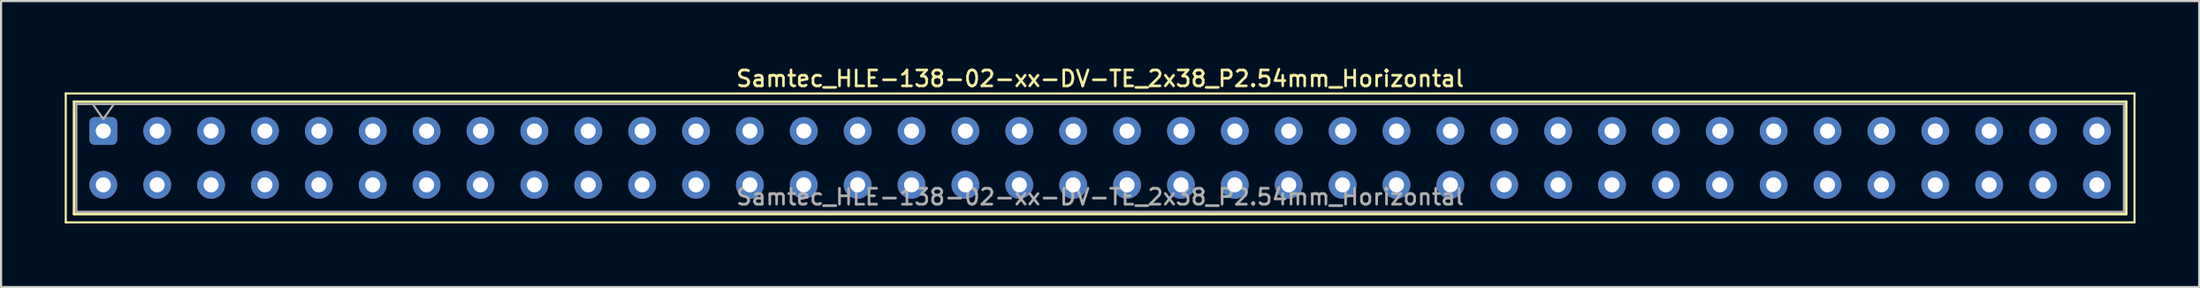
<source format=kicad_pcb>
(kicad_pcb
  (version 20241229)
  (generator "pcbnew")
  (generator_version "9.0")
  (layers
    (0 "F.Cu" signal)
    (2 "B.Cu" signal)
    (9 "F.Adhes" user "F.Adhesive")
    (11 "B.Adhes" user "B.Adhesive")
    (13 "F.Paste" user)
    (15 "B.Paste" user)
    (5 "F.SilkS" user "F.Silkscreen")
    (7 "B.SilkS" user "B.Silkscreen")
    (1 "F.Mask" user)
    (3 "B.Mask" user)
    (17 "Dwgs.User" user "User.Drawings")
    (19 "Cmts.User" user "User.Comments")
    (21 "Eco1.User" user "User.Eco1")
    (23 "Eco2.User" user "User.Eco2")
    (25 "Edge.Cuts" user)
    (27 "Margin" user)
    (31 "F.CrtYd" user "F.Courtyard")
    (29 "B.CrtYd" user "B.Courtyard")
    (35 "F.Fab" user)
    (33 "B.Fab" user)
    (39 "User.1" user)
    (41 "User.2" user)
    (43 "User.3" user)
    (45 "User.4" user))
  (footprint "Samtec_HLE-138-02-xx-DV-TE_2x38_P2.54mm_Horizontal"
    (layer "F.Cu")
    (at 1.82 3.128)
    (property "Reference" "Samtec_HLE-138-02-xx-DV-TE_2x38_P2.54mm_Horizontal" (at 46.99 -2.47 0) (layer "F.SilkS") (effects (font (size 0.75 0.75) (thickness 0.125))))
    (attr through_hole)
    (fp_line (start -1.77 -1.77) (end 95.75 -1.77) (stroke (width 0.1) (type solid)) (layer "F.SilkS"))
    (fp_line (start -1.77 4.31) (end -1.77 -1.77) (stroke (width 0.1) (type solid)) (layer "F.SilkS"))
    (fp_line (start -1.38 -1.38) (end 95.36 -1.38) (stroke (width 0.12) (type solid)) (layer "F.SilkS"))
    (fp_line (start -1.38 3.92) (end -1.38 -1.38) (stroke (width 0.12) (type solid)) (layer "F.SilkS"))
    (fp_line (start 95.36 -1.38) (end 95.36 3.92) (stroke (width 0.12) (type solid)) (layer "F.SilkS"))
    (fp_line (start 95.36 3.92) (end -1.38 3.92) (stroke (width 0.12) (type solid)) (layer "F.SilkS"))
    (fp_line (start 95.75 -1.77) (end 95.75 4.31) (stroke (width 0.1) (type solid)) (layer "F.SilkS"))
    (fp_line (start 95.75 4.31) (end -1.77 4.31) (stroke (width 0.1) (type solid)) (layer "F.SilkS"))
    (fp_line (start -1.27 -1.27) (end 95.25 -1.27) (stroke (width 0.1) (type solid)) (layer "F.Fab"))
    (fp_line (start -1.27 3.81) (end -1.27 -1.27) (stroke (width 0.1) (type solid)) (layer "F.Fab"))
    (fp_line (start -0.5 -1.27) (end 0 -0.563) (stroke (width 0.1) (type solid)) (layer "F.Fab"))
    (fp_line (start 0 -0.563) (end 0.5 -1.27) (stroke (width 0.1) (type solid)) (layer "F.Fab"))
    (fp_line (start 95.25 -1.27) (end 95.25 3.81) (stroke (width 0.1) (type solid)) (layer "F.Fab"))
    (fp_line (start 95.25 3.81) (end -1.27 3.81) (stroke (width 0.1) (type solid)) (layer "F.Fab"))
    (fp_text user "${REFERENCE}" (at 46.99 3.11 0) (layer "F.Fab") (effects (font (size 0.75 0.75) (thickness 0.125))))
    (pad "1" thru_hole roundrect (at 0 0) (size 1.31 1.31) (drill 0.71) (layers "*.Cu" "*.Mask") (roundrect_rratio 0.191))
    (pad "2" thru_hole circle (at 0 2.54) (size 1.31 1.31) (drill 0.71) (layers "*.Cu" "*.Mask"))
    (pad "3" thru_hole circle (at 2.54 0) (size 1.31 1.31) (drill 0.71) (layers "*.Cu" "*.Mask"))
    (pad "4" thru_hole circle (at 2.54 2.54) (size 1.31 1.31) (drill 0.71) (layers "*.Cu" "*.Mask"))
    (pad "5" thru_hole circle (at 5.08 0) (size 1.31 1.31) (drill 0.71) (layers "*.Cu" "*.Mask"))
    (pad "6" thru_hole circle (at 5.08 2.54) (size 1.31 1.31) (drill 0.71) (layers "*.Cu" "*.Mask"))
    (pad "7" thru_hole circle (at 7.62 0) (size 1.31 1.31) (drill 0.71) (layers "*.Cu" "*.Mask"))
    (pad "8" thru_hole circle (at 7.62 2.54) (size 1.31 1.31) (drill 0.71) (layers "*.Cu" "*.Mask"))
    (pad "9" thru_hole circle (at 10.16 0) (size 1.31 1.31) (drill 0.71) (layers "*.Cu" "*.Mask"))
    (pad "10" thru_hole circle (at 10.16 2.54) (size 1.31 1.31) (drill 0.71) (layers "*.Cu" "*.Mask"))
    (pad "11" thru_hole circle (at 12.7 0) (size 1.31 1.31) (drill 0.71) (layers "*.Cu" "*.Mask"))
    (pad "12" thru_hole circle (at 12.7 2.54) (size 1.31 1.31) (drill 0.71) (layers "*.Cu" "*.Mask"))
    (pad "13" thru_hole circle (at 15.24 0) (size 1.31 1.31) (drill 0.71) (layers "*.Cu" "*.Mask"))
    (pad "14" thru_hole circle (at 15.24 2.54) (size 1.31 1.31) (drill 0.71) (layers "*.Cu" "*.Mask"))
    (pad "15" thru_hole circle (at 17.78 0) (size 1.31 1.31) (drill 0.71) (layers "*.Cu" "*.Mask"))
    (pad "16" thru_hole circle (at 17.78 2.54) (size 1.31 1.31) (drill 0.71) (layers "*.Cu" "*.Mask"))
    (pad "17" thru_hole circle (at 20.32 0) (size 1.31 1.31) (drill 0.71) (layers "*.Cu" "*.Mask"))
    (pad "18" thru_hole circle (at 20.32 2.54) (size 1.31 1.31) (drill 0.71) (layers "*.Cu" "*.Mask"))
    (pad "19" thru_hole circle (at 22.86 0) (size 1.31 1.31) (drill 0.71) (layers "*.Cu" "*.Mask"))
    (pad "20" thru_hole circle (at 22.86 2.54) (size 1.31 1.31) (drill 0.71) (layers "*.Cu" "*.Mask"))
    (pad "21" thru_hole circle (at 25.4 0) (size 1.31 1.31) (drill 0.71) (layers "*.Cu" "*.Mask"))
    (pad "22" thru_hole circle (at 25.4 2.54) (size 1.31 1.31) (drill 0.71) (layers "*.Cu" "*.Mask"))
    (pad "23" thru_hole circle (at 27.94 0) (size 1.31 1.31) (drill 0.71) (layers "*.Cu" "*.Mask"))
    (pad "24" thru_hole circle (at 27.94 2.54) (size 1.31 1.31) (drill 0.71) (layers "*.Cu" "*.Mask"))
    (pad "25" thru_hole circle (at 30.48 0) (size 1.31 1.31) (drill 0.71) (layers "*.Cu" "*.Mask"))
    (pad "26" thru_hole circle (at 30.48 2.54) (size 1.31 1.31) (drill 0.71) (layers "*.Cu" "*.Mask"))
    (pad "27" thru_hole circle (at 33.02 0) (size 1.31 1.31) (drill 0.71) (layers "*.Cu" "*.Mask"))
    (pad "28" thru_hole circle (at 33.02 2.54) (size 1.31 1.31) (drill 0.71) (layers "*.Cu" "*.Mask"))
    (pad "29" thru_hole circle (at 35.56 0) (size 1.31 1.31) (drill 0.71) (layers "*.Cu" "*.Mask"))
    (pad "30" thru_hole circle (at 35.56 2.54) (size 1.31 1.31) (drill 0.71) (layers "*.Cu" "*.Mask"))
    (pad "31" thru_hole circle (at 38.1 0) (size 1.31 1.31) (drill 0.71) (layers "*.Cu" "*.Mask"))
    (pad "32" thru_hole circle (at 38.1 2.54) (size 1.31 1.31) (drill 0.71) (layers "*.Cu" "*.Mask"))
    (pad "33" thru_hole circle (at 40.64 0) (size 1.31 1.31) (drill 0.71) (layers "*.Cu" "*.Mask"))
    (pad "34" thru_hole circle (at 40.64 2.54) (size 1.31 1.31) (drill 0.71) (layers "*.Cu" "*.Mask"))
    (pad "35" thru_hole circle (at 43.18 0) (size 1.31 1.31) (drill 0.71) (layers "*.Cu" "*.Mask"))
    (pad "36" thru_hole circle (at 43.18 2.54) (size 1.31 1.31) (drill 0.71) (layers "*.Cu" "*.Mask"))
    (pad "37" thru_hole circle (at 45.72 0) (size 1.31 1.31) (drill 0.71) (layers "*.Cu" "*.Mask"))
    (pad "38" thru_hole circle (at 45.72 2.54) (size 1.31 1.31) (drill 0.71) (layers "*.Cu" "*.Mask"))
    (pad "39" thru_hole circle (at 48.26 0) (size 1.31 1.31) (drill 0.71) (layers "*.Cu" "*.Mask"))
    (pad "40" thru_hole circle (at 48.26 2.54) (size 1.31 1.31) (drill 0.71) (layers "*.Cu" "*.Mask"))
    (pad "41" thru_hole circle (at 50.8 0) (size 1.31 1.31) (drill 0.71) (layers "*.Cu" "*.Mask"))
    (pad "42" thru_hole circle (at 50.8 2.54) (size 1.31 1.31) (drill 0.71) (layers "*.Cu" "*.Mask"))
    (pad "43" thru_hole circle (at 53.34 0) (size 1.31 1.31) (drill 0.71) (layers "*.Cu" "*.Mask"))
    (pad "44" thru_hole circle (at 53.34 2.54) (size 1.31 1.31) (drill 0.71) (layers "*.Cu" "*.Mask"))
    (pad "45" thru_hole circle (at 55.88 0) (size 1.31 1.31) (drill 0.71) (layers "*.Cu" "*.Mask"))
    (pad "46" thru_hole circle (at 55.88 2.54) (size 1.31 1.31) (drill 0.71) (layers "*.Cu" "*.Mask"))
    (pad "47" thru_hole circle (at 58.42 0) (size 1.31 1.31) (drill 0.71) (layers "*.Cu" "*.Mask"))
    (pad "48" thru_hole circle (at 58.42 2.54) (size 1.31 1.31) (drill 0.71) (layers "*.Cu" "*.Mask"))
    (pad "49" thru_hole circle (at 60.96 0) (size 1.31 1.31) (drill 0.71) (layers "*.Cu" "*.Mask"))
    (pad "50" thru_hole circle (at 60.96 2.54) (size 1.31 1.31) (drill 0.71) (layers "*.Cu" "*.Mask"))
    (pad "51" thru_hole circle (at 63.5 0) (size 1.31 1.31) (drill 0.71) (layers "*.Cu" "*.Mask"))
    (pad "52" thru_hole circle (at 63.5 2.54) (size 1.31 1.31) (drill 0.71) (layers "*.Cu" "*.Mask"))
    (pad "53" thru_hole circle (at 66.04 0) (size 1.31 1.31) (drill 0.71) (layers "*.Cu" "*.Mask"))
    (pad "54" thru_hole circle (at 66.04 2.54) (size 1.31 1.31) (drill 0.71) (layers "*.Cu" "*.Mask"))
    (pad "55" thru_hole circle (at 68.58 0) (size 1.31 1.31) (drill 0.71) (layers "*.Cu" "*.Mask"))
    (pad "56" thru_hole circle (at 68.58 2.54) (size 1.31 1.31) (drill 0.71) (layers "*.Cu" "*.Mask"))
    (pad "57" thru_hole circle (at 71.12 0) (size 1.31 1.31) (drill 0.71) (layers "*.Cu" "*.Mask"))
    (pad "58" thru_hole circle (at 71.12 2.54) (size 1.31 1.31) (drill 0.71) (layers "*.Cu" "*.Mask"))
    (pad "59" thru_hole circle (at 73.66 0) (size 1.31 1.31) (drill 0.71) (layers "*.Cu" "*.Mask"))
    (pad "60" thru_hole circle (at 73.66 2.54) (size 1.31 1.31) (drill 0.71) (layers "*.Cu" "*.Mask"))
    (pad "61" thru_hole circle (at 76.2 0) (size 1.31 1.31) (drill 0.71) (layers "*.Cu" "*.Mask"))
    (pad "62" thru_hole circle (at 76.2 2.54) (size 1.31 1.31) (drill 0.71) (layers "*.Cu" "*.Mask"))
    (pad "63" thru_hole circle (at 78.74 0) (size 1.31 1.31) (drill 0.71) (layers "*.Cu" "*.Mask"))
    (pad "64" thru_hole circle (at 78.74 2.54) (size 1.31 1.31) (drill 0.71) (layers "*.Cu" "*.Mask"))
    (pad "65" thru_hole circle (at 81.28 0) (size 1.31 1.31) (drill 0.71) (layers "*.Cu" "*.Mask"))
    (pad "66" thru_hole circle (at 81.28 2.54) (size 1.31 1.31) (drill 0.71) (layers "*.Cu" "*.Mask"))
    (pad "67" thru_hole circle (at 83.82 0) (size 1.31 1.31) (drill 0.71) (layers "*.Cu" "*.Mask"))
    (pad "68" thru_hole circle (at 83.82 2.54) (size 1.31 1.31) (drill 0.71) (layers "*.Cu" "*.Mask"))
    (pad "69" thru_hole circle (at 86.36 0) (size 1.31 1.31) (drill 0.71) (layers "*.Cu" "*.Mask"))
    (pad "70" thru_hole circle (at 86.36 2.54) (size 1.31 1.31) (drill 0.71) (layers "*.Cu" "*.Mask"))
    (pad "71" thru_hole circle (at 88.9 0) (size 1.31 1.31) (drill 0.71) (layers "*.Cu" "*.Mask"))
    (pad "72" thru_hole circle (at 88.9 2.54) (size 1.31 1.31) (drill 0.71) (layers "*.Cu" "*.Mask"))
    (pad "73" thru_hole circle (at 91.44 0) (size 1.31 1.31) (drill 0.71) (layers "*.Cu" "*.Mask"))
    (pad "74" thru_hole circle (at 91.44 2.54) (size 1.31 1.31) (drill 0.71) (layers "*.Cu" "*.Mask"))
    (pad "75" thru_hole circle (at 93.98 0) (size 1.31 1.31) (drill 0.71) (layers "*.Cu" "*.Mask"))
    (pad "76" thru_hole circle (at 93.98 2.54) (size 1.31 1.31) (drill 0.71) (layers "*.Cu" "*.Mask")))
  (gr_rect
    (start -3 -3)
    (end 100.62 10.488)
    (stroke (width 0.1) (type default))
    (fill no)
    (layer "Edge.Cuts")))
</source>
